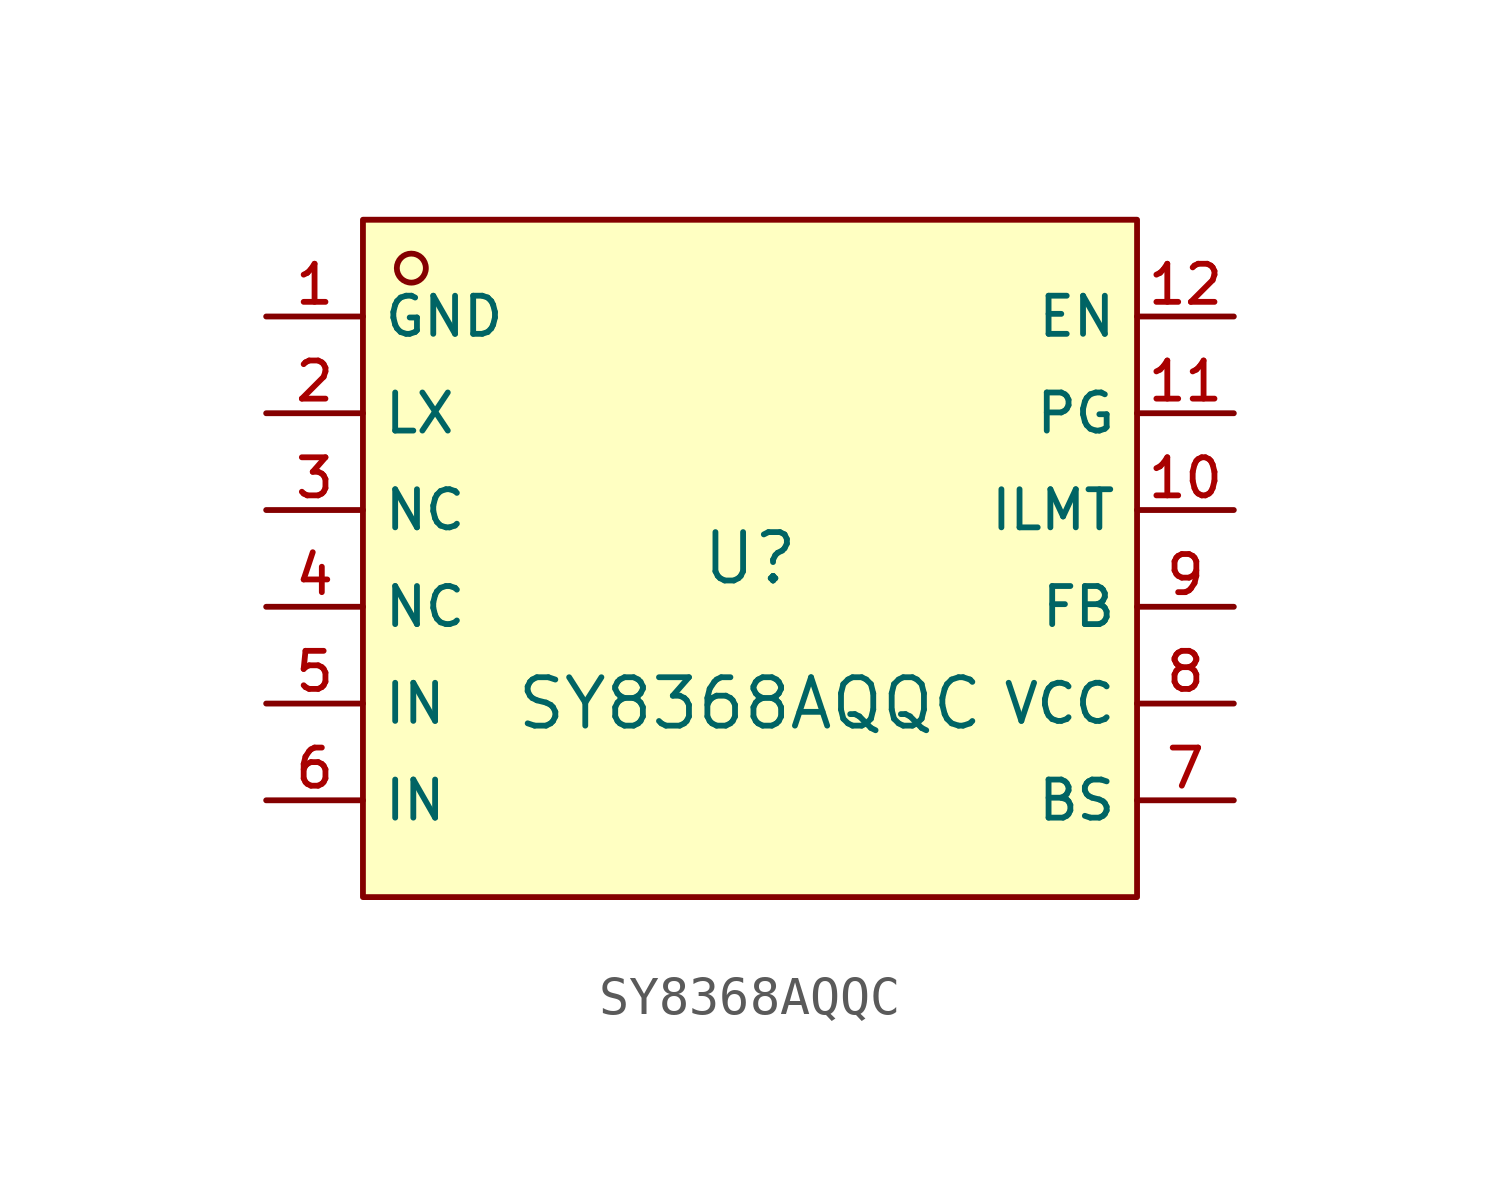
<source format=kicad_sym>
(kicad_symbol_lib
  (version 20210201)
  (generator TousstNicolas/JLC2KiCad_lib)
  (symbol "SY8368AQQC"
    (property "Reference" "U"
      (at 0 1.27 0)
      (effects (font (size 1.27 1.27))))
    (property "Value" "SY8368AQQC"
      (at 0 -2.54 0)
      (effects (font (size 1.27 1.27))))
    (symbol "SY8368AQQC_0_1"
      (pin unspecified line (at 12.7 7.62 180) (length 2.54) (name "EN" (effects (font (size 1 1)))) (number "12" (effects (font (size 1 1)))))
      (pin unspecified line (at 12.7 5.08 180) (length 2.54) (name "PG" (effects (font (size 1 1)))) (number "11" (effects (font (size 1 1)))))
      (pin unspecified line (at 12.7 2.54 180) (length 2.54) (name "ILMT" (effects (font (size 1 1)))) (number "10" (effects (font (size 1 1)))))
      (pin unspecified line (at 12.7 -0.0 180) (length 2.54) (name "FB" (effects (font (size 1 1)))) (number "9" (effects (font (size 1 1)))))
      (pin unspecified line (at 12.7 -2.54 180) (length 2.54) (name "VCC" (effects (font (size 1 1)))) (number "8" (effects (font (size 1 1)))))
      (pin unspecified line (at 12.7 -5.08 180) (length 2.54) (name "BS" (effects (font (size 1 1)))) (number "7" (effects (font (size 1 1)))))
      (pin unspecified line (at -12.7 -5.08 0) (length 2.54) (name "IN" (effects (font (size 1 1)))) (number "6" (effects (font (size 1 1)))))
      (pin unspecified line (at -12.7 -2.54 0) (length 2.54) (name "IN" (effects (font (size 1 1)))) (number "5" (effects (font (size 1 1)))))
      (pin unspecified line (at -12.7 -0.0 0) (length 2.54) (name "NC" (effects (font (size 1 1)))) (number "4" (effects (font (size 1 1)))))
      (pin unspecified line (at -12.7 2.54 0) (length 2.54) (name "NC" (effects (font (size 1 1)))) (number "3" (effects (font (size 1 1)))))
      (pin unspecified line (at -12.7 5.08 0) (length 2.54) (name "LX" (effects (font (size 1 1)))) (number "2" (effects (font (size 1 1)))))
      (pin unspecified line (at -12.7 7.62 0) (length 2.54) (name "GND" (effects (font (size 1 1)))) (number "1" (effects (font (size 1 1)))))
      (circle (center -8.89 8.89) (radius 0.381) (stroke (width 0) (type default) (color 0 0 0 0)) (fill (type background)))
      (rectangle (start -10.16 10.16) (end 10.16 -7.62) (stroke (width 0) (type default) (color 0 0 0 0)) (fill (type background))))))
</source>
